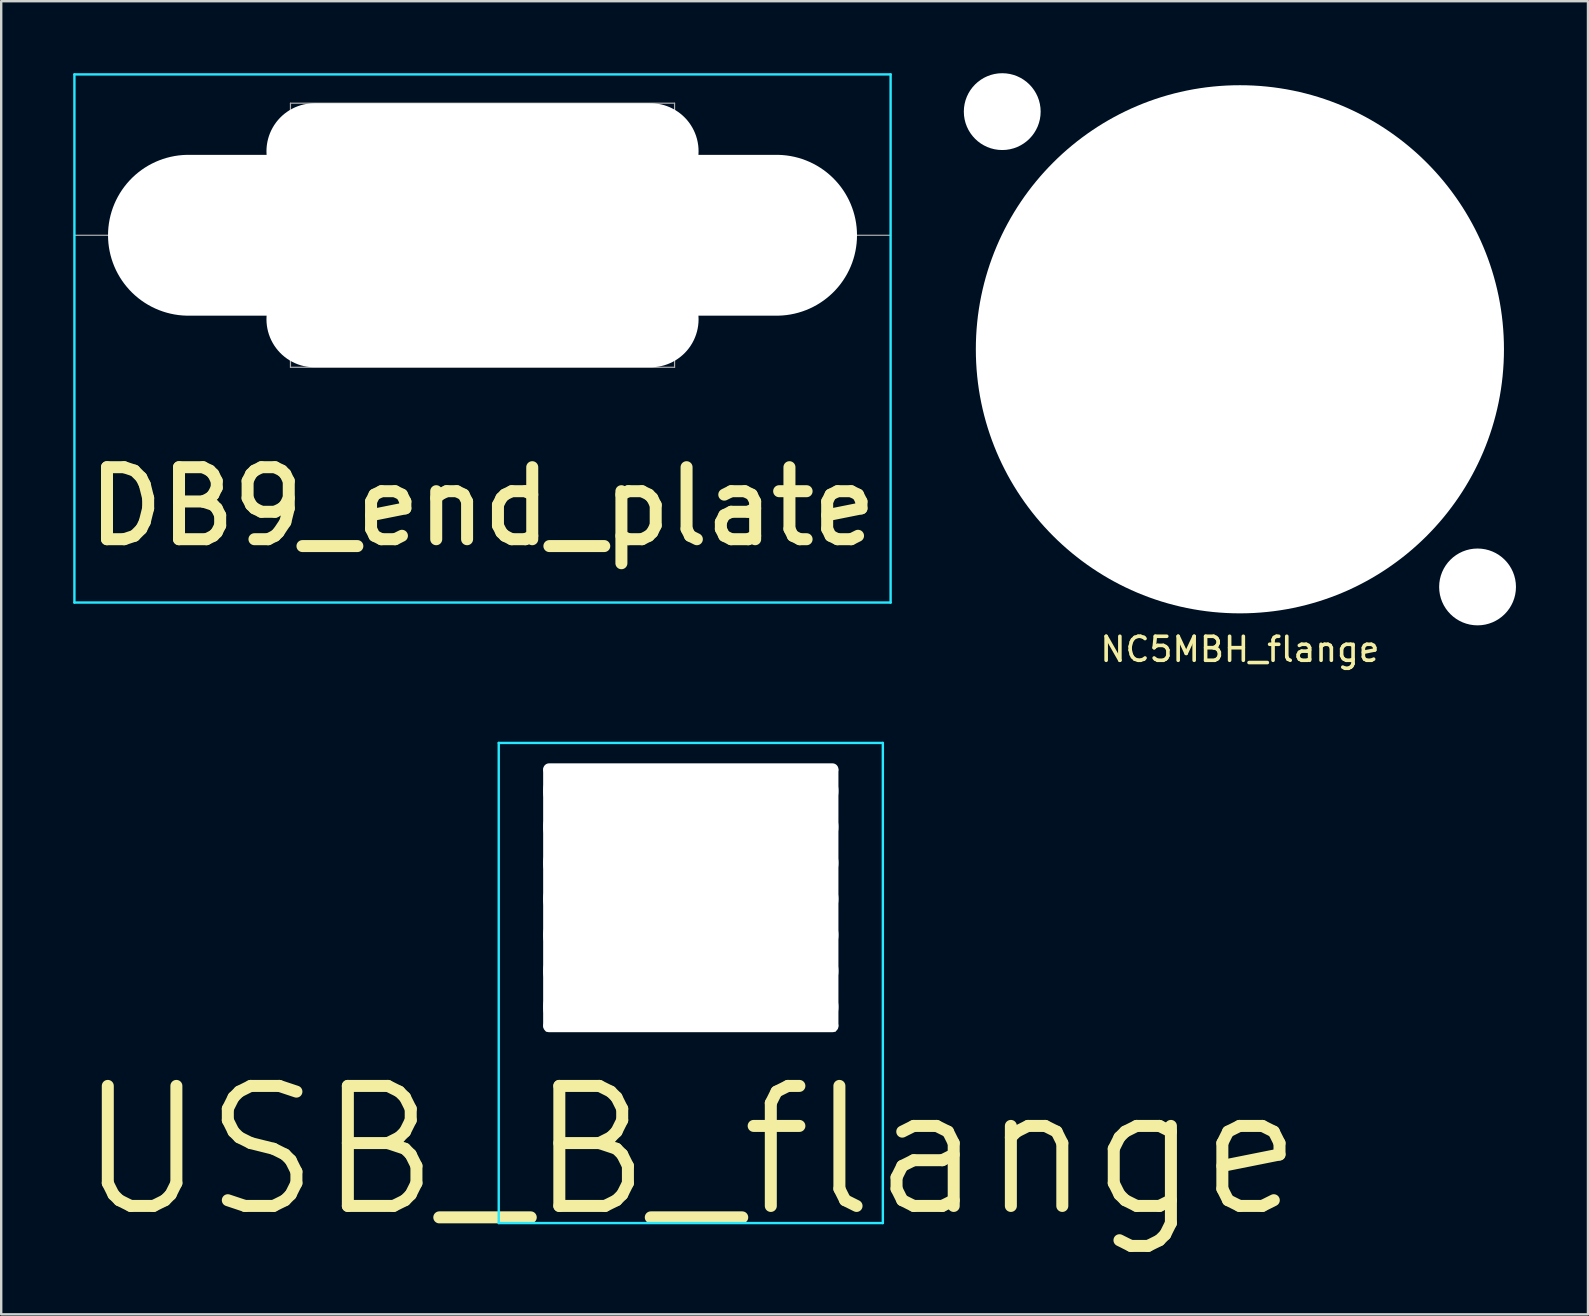
<source format=kicad_pcb>
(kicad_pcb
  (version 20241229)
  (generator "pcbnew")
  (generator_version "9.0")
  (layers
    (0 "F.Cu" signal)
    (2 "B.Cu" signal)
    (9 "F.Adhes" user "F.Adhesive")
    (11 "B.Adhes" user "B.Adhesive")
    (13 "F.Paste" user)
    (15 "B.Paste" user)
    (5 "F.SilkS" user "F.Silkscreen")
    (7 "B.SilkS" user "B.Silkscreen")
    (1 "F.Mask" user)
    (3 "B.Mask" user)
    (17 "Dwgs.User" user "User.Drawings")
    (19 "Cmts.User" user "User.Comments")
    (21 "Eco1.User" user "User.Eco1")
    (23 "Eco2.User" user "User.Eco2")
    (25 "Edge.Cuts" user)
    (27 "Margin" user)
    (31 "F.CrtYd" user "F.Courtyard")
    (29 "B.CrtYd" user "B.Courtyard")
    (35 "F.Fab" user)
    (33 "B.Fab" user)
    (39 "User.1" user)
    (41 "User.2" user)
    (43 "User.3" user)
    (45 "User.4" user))
  (footprint "DB9_end_plate"
    (layer "F.Cu")
    (at 17.05 13.05)
    (property "Reference" "DB9_end_plate" (at 0 5 0) (layer "F.SilkS") (effects (font (size 3 3) (thickness 0.5))))
    (attr through_hole)
    (fp_line (start -17 -13) (end 17 -13) (stroke (width 0.1) (type solid)) (layer "B.CrtYd"))
    (fp_line (start -17 9) (end -17 -13) (stroke (width 0.1) (type solid)) (layer "B.CrtYd"))
    (fp_line (start 17 -13) (end 17 9) (stroke (width 0.1) (type solid)) (layer "B.CrtYd"))
    (fp_line (start 17 9) (end -17 9) (stroke (width 0.1) (type solid)) (layer "B.CrtYd"))
    (fp_line (start -17 -6.3) (end 17 -6.3) (stroke (width 0.05) (type solid)) (layer "F.Fab"))
    (fp_line (start -8 -11.8) (end 8 -11.8) (stroke (width 0.05) (type solid)) (layer "F.Fab"))
    (fp_line (start -8 -0.8) (end -8 -11.8) (stroke (width 0.05) (type solid)) (layer "F.Fab"))
    (fp_line (start -8 -0.8) (end 8 -0.8) (stroke (width 0.05) (type solid)) (layer "F.Fab"))
    (fp_line (start 8 -0.8) (end 8 -11.8) (stroke (width 0.05) (type solid)) (layer "F.Fab"))
    (pad "" np_thru_hole oval (at 0 -9.8) (size 18 4) (drill oval 18 4) (layers "*.Cu" "*.Mask"))
    (pad "" np_thru_hole oval (at 0 -6.3) (size 31.2 6.7) (drill oval 31.2 6.7) (layers "*.Cu" "*.Mask"))
    (pad "" np_thru_hole oval (at 0 -2.8) (size 16 2) (drill oval 16 2) (layers "*.Cu" "*.Mask"))
    (pad "" np_thru_hole oval (at 0 -2.8) (size 18 4) (drill oval 18 4) (layers "*.Cu" "*.Mask")))
  (footprint "NC5MBH_flange"
    (layer "F.Cu")
    (at 48.6 24)
    (property "Reference" "NC5MBH_flange" (at 0 0 0) (layer "F.SilkS") (effects (font (size 1 1) (thickness 0.15))))
    (attr through_hole)
    (pad "" np_thru_hole circle (at -9.9 -22.4) (size 3.2 3.2) (drill 3.2) (layers "*.Cu" "*.Mask"))
    (pad "" np_thru_hole circle (at 0 -12.5) (size 22 22) (drill 22) (layers "*.Cu" "*.Mask"))
    (pad "" np_thru_hole circle (at 9.9 -2.6) (size 3.2 3.2) (drill 3.2) (layers "*.Cu" "*.Mask")))
  (footprint "USB_B_flange"
    (layer "F.Cu")
    (at 25.726 39.898)
    (property "Reference" "USB_B_flange" (at 0 5 0) (layer "F.SilkS") (effects (font (size 5 5) (thickness 0.5))))
    (attr through_hole)
    (fp_line (start -8 -12) (end 8 -12) (stroke (width 0.1) (type solid)) (layer "B.CrtYd"))
    (fp_line (start -8 8) (end -8 -12) (stroke (width 0.1) (type solid)) (layer "B.CrtYd"))
    (fp_line (start 8 -12) (end 8 8) (stroke (width 0.1) (type solid)) (layer "B.CrtYd"))
    (fp_line (start 8 8) (end -8 8) (stroke (width 0.1) (type solid)) (layer "B.CrtYd"))
    (fp_line (start -6.02 -11.05) (end 6.02 -11.05) (stroke (width 0.05) (type solid)) (layer "F.Fab"))
    (fp_line (start -6.02 0) (end -6.02 -11.05) (stroke (width 0.05) (type solid)) (layer "F.Fab"))
    (fp_line (start -6.02 0) (end 6.02 0) (stroke (width 0.05) (type solid)) (layer "F.Fab"))
    (fp_line (start 6.02 0) (end 6.02 -11.05) (stroke (width 0.05) (type solid)) (layer "F.Fab"))
    (pad "" np_thru_hole oval (at -5.9 -5.55 90) (size 11.1 0.5) (drill oval 11.1 0.5) (layers "*.Cu" "*.Mask"))
    (pad "" np_thru_hole oval (at 0 -10.9) (size 12.3 0.5) (drill oval 12.3 0.5) (layers "*.Cu" "*.Mask"))
    (pad "" np_thru_hole oval (at 0 -10) (size 12.3 2) (drill oval 12.3 2) (layers "*.Cu" "*.Mask"))
    (pad "" np_thru_hole oval (at 0 -8.5) (size 12.3 2) (drill oval 12.3 2) (layers "*.Cu" "*.Mask"))
    (pad "" np_thru_hole oval (at 0 -7) (size 12.3 2) (drill oval 12.3 2) (layers "*.Cu" "*.Mask"))
    (pad "" np_thru_hole oval (at 0 -5.5) (size 12.3 2) (drill oval 12.3 2) (layers "*.Cu" "*.Mask"))
    (pad "" np_thru_hole oval (at 0 -4) (size 12.3 2) (drill oval 12.3 2) (layers "*.Cu" "*.Mask"))
    (pad "" np_thru_hole oval (at 0 -2.5) (size 12.3 2) (drill oval 12.3 2) (layers "*.Cu" "*.Mask"))
    (pad "" np_thru_hole oval (at 0 -1) (size 12.3 2) (drill oval 12.3 2) (layers "*.Cu" "*.Mask"))
    (pad "" np_thru_hole oval (at 0 -0.2) (size 12.3 0.5) (drill oval 12.3 0.5) (layers "*.Cu" "*.Mask"))
    (pad "" np_thru_hole oval (at 5.9 -5.55 90) (size 11.1 0.5) (drill oval 11.1 0.5) (layers "*.Cu" "*.Mask")))
  (gr_rect
    (start -3 -3)
    (end 63.1 51.701)
    (stroke (width 0.1) (type default))
    (fill no)
    (layer "Edge.Cuts")))
</source>
